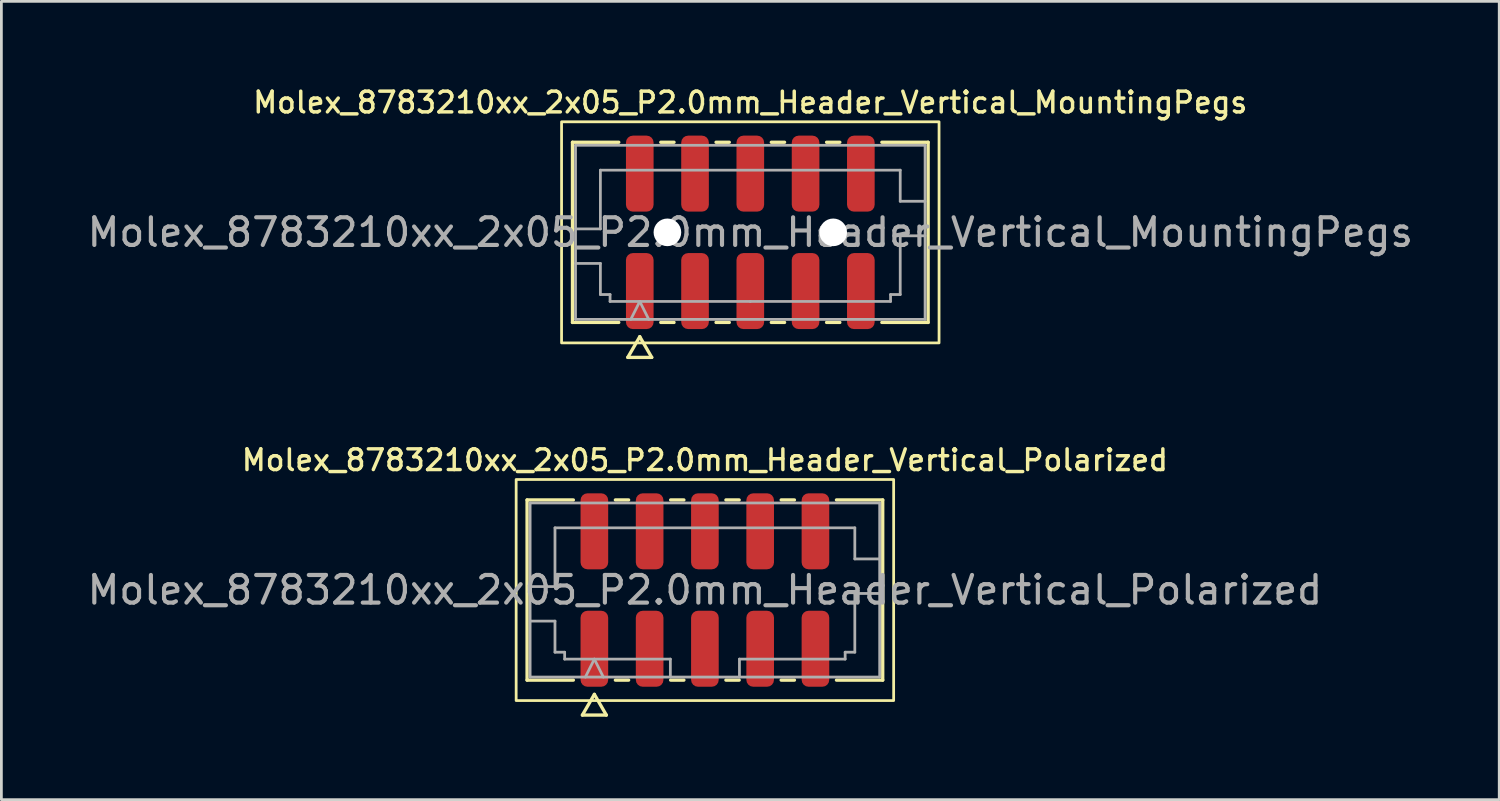
<source format=kicad_pcb>
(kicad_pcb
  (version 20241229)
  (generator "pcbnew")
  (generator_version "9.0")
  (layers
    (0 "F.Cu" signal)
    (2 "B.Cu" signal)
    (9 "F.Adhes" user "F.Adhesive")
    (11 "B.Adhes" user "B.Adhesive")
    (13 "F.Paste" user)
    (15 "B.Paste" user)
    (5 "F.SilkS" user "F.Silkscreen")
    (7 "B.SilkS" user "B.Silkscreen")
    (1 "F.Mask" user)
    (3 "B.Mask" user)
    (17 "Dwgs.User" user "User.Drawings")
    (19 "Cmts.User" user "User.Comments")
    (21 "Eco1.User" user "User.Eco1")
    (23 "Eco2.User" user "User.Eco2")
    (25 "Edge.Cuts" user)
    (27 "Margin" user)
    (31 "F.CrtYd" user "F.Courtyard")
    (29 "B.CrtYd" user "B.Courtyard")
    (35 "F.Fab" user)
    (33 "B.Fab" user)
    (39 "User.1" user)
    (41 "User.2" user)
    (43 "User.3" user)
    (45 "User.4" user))
  (footprint "Molex_8783210xx_2x05_P2.0mm_Header_Vertical_Polarized"
    (layer "F.Cu")
    (at 22.458 18.301)
    (property "Reference" "Molex_8783210xx_2x05_P2.0mm_Header_Vertical_Polarized" (at 0 -4.7 0) (layer "F.SilkS") (effects (font (size 0.75 0.75) (thickness 0.125))))
    (attr smd)
    (fp_line (start -6.435 -3.26) (end -4.76 -3.26) (stroke (width 0.12) (type solid)) (layer "F.SilkS"))
    (fp_line (start -6.435 3.26) (end -6.435 -3.26) (stroke (width 0.12) (type solid)) (layer "F.SilkS"))
    (fp_line (start -4.76 3.26) (end -6.435 3.26) (stroke (width 0.12) (type solid)) (layer "F.SilkS"))
    (fp_line (start -4.433 4.525) (end -4 3.775) (stroke (width 0.12) (type solid)) (layer "F.SilkS"))
    (fp_line (start -4 3.775) (end -3.567 4.525) (stroke (width 0.12) (type solid)) (layer "F.SilkS"))
    (fp_line (start -3.567 4.525) (end -4.433 4.525) (stroke (width 0.12) (type solid)) (layer "F.SilkS"))
    (fp_line (start -3.24 -3.26) (end -2.76 -3.26) (stroke (width 0.12) (type solid)) (layer "F.SilkS"))
    (fp_line (start -2.76 3.26) (end -3.24 3.26) (stroke (width 0.12) (type solid)) (layer "F.SilkS"))
    (fp_line (start -1.24 -3.26) (end -0.76 -3.26) (stroke (width 0.12) (type solid)) (layer "F.SilkS"))
    (fp_line (start -0.76 3.26) (end -1.24 3.26) (stroke (width 0.12) (type solid)) (layer "F.SilkS"))
    (fp_line (start 0.76 -3.26) (end 1.24 -3.26) (stroke (width 0.12) (type solid)) (layer "F.SilkS"))
    (fp_line (start 1.24 3.26) (end 0.76 3.26) (stroke (width 0.12) (type solid)) (layer "F.SilkS"))
    (fp_line (start 2.76 -3.26) (end 3.24 -3.26) (stroke (width 0.12) (type solid)) (layer "F.SilkS"))
    (fp_line (start 3.24 3.26) (end 2.76 3.26) (stroke (width 0.12) (type solid)) (layer "F.SilkS"))
    (fp_line (start 4.76 -3.26) (end 6.435 -3.26) (stroke (width 0.12) (type solid)) (layer "F.SilkS"))
    (fp_line (start 6.435 -3.26) (end 6.435 3.26) (stroke (width 0.12) (type solid)) (layer "F.SilkS"))
    (fp_line (start 6.435 3.26) (end 4.76 3.26) (stroke (width 0.12) (type solid)) (layer "F.SilkS"))
    (fp_rect (start -6.83 -4) (end 6.83 4) (stroke (width 0.1) (type solid)) (fill no) (layer "F.SilkS"))
    (fp_line (start -6.325 -3.15) (end 6.325 -3.15) (stroke (width 0.1) (type solid)) (layer "F.Fab"))
    (fp_line (start -6.325 -0.125) (end -5.425 -0.125) (stroke (width 0.1) (type solid)) (layer "F.Fab"))
    (fp_line (start -6.325 1.125) (end -5.425 1.125) (stroke (width 0.1) (type solid)) (layer "F.Fab"))
    (fp_line (start -6.325 3.15) (end -6.325 -3.15) (stroke (width 0.1) (type solid)) (layer "F.Fab"))
    (fp_line (start -5.425 -2.25) (end 5.425 -2.25) (stroke (width 0.1) (type solid)) (layer "F.Fab"))
    (fp_line (start -5.425 -0.125) (end -5.425 -2.25) (stroke (width 0.1) (type solid)) (layer "F.Fab"))
    (fp_line (start -5.425 1.125) (end -5.425 2.25) (stroke (width 0.1) (type solid)) (layer "F.Fab"))
    (fp_line (start -5.425 2.25) (end -5.075 2.25) (stroke (width 0.1) (type solid)) (layer "F.Fab"))
    (fp_line (start -5.075 2.25) (end -5.075 2.5) (stroke (width 0.1) (type solid)) (layer "F.Fab"))
    (fp_line (start -5.075 2.5) (end -1.25 2.5) (stroke (width 0.1) (type solid)) (layer "F.Fab"))
    (fp_line (start -4.325 3.15) (end -4 2.5) (stroke (width 0.1) (type solid)) (layer "F.Fab"))
    (fp_line (start -4 2.5) (end -3.675 3.15) (stroke (width 0.1) (type solid)) (layer "F.Fab"))
    (fp_line (start -1.25 2.5) (end -1.25 3.15) (stroke (width 0.1) (type solid)) (layer "F.Fab"))
    (fp_line (start 1.25 2.5) (end 1.25 3.15) (stroke (width 0.1) (type solid)) (layer "F.Fab"))
    (fp_line (start 1.25 2.5) (end 5.075 2.5) (stroke (width 0.1) (type solid)) (layer "F.Fab"))
    (fp_line (start 5.075 2.25) (end 5.425 2.25) (stroke (width 0.1) (type solid)) (layer "F.Fab"))
    (fp_line (start 5.075 2.5) (end 5.075 2.25) (stroke (width 0.1) (type solid)) (layer "F.Fab"))
    (fp_line (start 5.425 -2.25) (end 5.425 -1.125) (stroke (width 0.1) (type solid)) (layer "F.Fab"))
    (fp_line (start 5.425 -1.125) (end 6.325 -1.125) (stroke (width 0.1) (type solid)) (layer "F.Fab"))
    (fp_line (start 5.425 0.125) (end 6.325 0.125) (stroke (width 0.1) (type solid)) (layer "F.Fab"))
    (fp_line (start 5.425 2.25) (end 5.425 0.125) (stroke (width 0.1) (type solid)) (layer "F.Fab"))
    (fp_line (start 6.325 -3.15) (end 6.325 3.15) (stroke (width 0.1) (type solid)) (layer "F.Fab"))
    (fp_line (start 6.325 3.15) (end -6.325 3.15) (stroke (width 0.1) (type solid)) (layer "F.Fab"))
    (fp_text user "${REFERENCE}" (at 0 0 0) (layer "F.Fab") (effects (font (size 1 1) (thickness 0.15))))
    (pad "1" smd roundrect (at -4 2.125) (size 1 2.75) (layers "F.Cu" "F.Mask" "F.Paste") (roundrect_rratio 0.25))
    (pad "2" smd roundrect (at -4 -2.125) (size 1 2.75) (layers "F.Cu" "F.Mask" "F.Paste") (roundrect_rratio 0.25))
    (pad "3" smd roundrect (at -2 2.125) (size 1 2.75) (layers "F.Cu" "F.Mask" "F.Paste") (roundrect_rratio 0.25))
    (pad "4" smd roundrect (at -2 -2.125) (size 1 2.75) (layers "F.Cu" "F.Mask" "F.Paste") (roundrect_rratio 0.25))
    (pad "5" smd roundrect (at 0 2.125) (size 1 2.75) (layers "F.Cu" "F.Mask" "F.Paste") (roundrect_rratio 0.25))
    (pad "6" smd roundrect (at 0 -2.125) (size 1 2.75) (layers "F.Cu" "F.Mask" "F.Paste") (roundrect_rratio 0.25))
    (pad "7" smd roundrect (at 2 2.125) (size 1 2.75) (layers "F.Cu" "F.Mask" "F.Paste") (roundrect_rratio 0.25))
    (pad "8" smd roundrect (at 2 -2.125) (size 1 2.75) (layers "F.Cu" "F.Mask" "F.Paste") (roundrect_rratio 0.25))
    (pad "9" smd roundrect (at 4 2.125) (size 1 2.75) (layers "F.Cu" "F.Mask" "F.Paste") (roundrect_rratio 0.25))
    (pad "10" smd roundrect (at 4 -2.125) (size 1 2.75) (layers "F.Cu" "F.Mask" "F.Paste") (roundrect_rratio 0.25)))
  (footprint "Molex_8783210xx_2x05_P2.0mm_Header_Vertical_MountingPegs"
    (layer "F.Cu")
    (at 24.101 5.358)
    (property "Reference" "Molex_8783210xx_2x05_P2.0mm_Header_Vertical_MountingPegs" (at 0 -4.7 0) (layer "F.SilkS") (effects (font (size 0.75 0.75) (thickness 0.125))))
    (attr smd)
    (fp_line (start -6.435 -3.26) (end -4.76 -3.26) (stroke (width 0.12) (type solid)) (layer "F.SilkS"))
    (fp_line (start -6.435 3.26) (end -6.435 -3.26) (stroke (width 0.12) (type solid)) (layer "F.SilkS"))
    (fp_line (start -4.76 3.26) (end -6.435 3.26) (stroke (width 0.12) (type solid)) (layer "F.SilkS"))
    (fp_line (start -4.433 4.525) (end -4 3.775) (stroke (width 0.12) (type solid)) (layer "F.SilkS"))
    (fp_line (start -4 3.775) (end -3.567 4.525) (stroke (width 0.12) (type solid)) (layer "F.SilkS"))
    (fp_line (start -3.567 4.525) (end -4.433 4.525) (stroke (width 0.12) (type solid)) (layer "F.SilkS"))
    (fp_line (start -3.24 -3.26) (end -2.76 -3.26) (stroke (width 0.12) (type solid)) (layer "F.SilkS"))
    (fp_line (start -2.76 3.26) (end -3.24 3.26) (stroke (width 0.12) (type solid)) (layer "F.SilkS"))
    (fp_line (start -1.24 -3.26) (end -0.76 -3.26) (stroke (width 0.12) (type solid)) (layer "F.SilkS"))
    (fp_line (start -0.76 3.26) (end -1.24 3.26) (stroke (width 0.12) (type solid)) (layer "F.SilkS"))
    (fp_line (start 0.76 -3.26) (end 1.24 -3.26) (stroke (width 0.12) (type solid)) (layer "F.SilkS"))
    (fp_line (start 1.24 3.26) (end 0.76 3.26) (stroke (width 0.12) (type solid)) (layer "F.SilkS"))
    (fp_line (start 2.76 -3.26) (end 3.24 -3.26) (stroke (width 0.12) (type solid)) (layer "F.SilkS"))
    (fp_line (start 3.24 3.26) (end 2.76 3.26) (stroke (width 0.12) (type solid)) (layer "F.SilkS"))
    (fp_line (start 4.76 -3.26) (end 6.435 -3.26) (stroke (width 0.12) (type solid)) (layer "F.SilkS"))
    (fp_line (start 6.435 -3.26) (end 6.435 3.26) (stroke (width 0.12) (type solid)) (layer "F.SilkS"))
    (fp_line (start 6.435 3.26) (end 4.76 3.26) (stroke (width 0.12) (type solid)) (layer "F.SilkS"))
    (fp_rect (start -6.83 -4) (end 6.83 4) (stroke (width 0.1) (type solid)) (fill no) (layer "F.SilkS"))
    (fp_line (start -6.325 -3.15) (end 6.325 -3.15) (stroke (width 0.1) (type solid)) (layer "F.Fab"))
    (fp_line (start -6.325 -0.125) (end -5.425 -0.125) (stroke (width 0.1) (type solid)) (layer "F.Fab"))
    (fp_line (start -6.325 1.125) (end -5.425 1.125) (stroke (width 0.1) (type solid)) (layer "F.Fab"))
    (fp_line (start -6.325 3.15) (end -6.325 -3.15) (stroke (width 0.1) (type solid)) (layer "F.Fab"))
    (fp_line (start -5.425 -2.25) (end 5.425 -2.25) (stroke (width 0.1) (type solid)) (layer "F.Fab"))
    (fp_line (start -5.425 -0.125) (end -5.425 -2.25) (stroke (width 0.1) (type solid)) (layer "F.Fab"))
    (fp_line (start -5.425 1.125) (end -5.425 2.25) (stroke (width 0.1) (type solid)) (layer "F.Fab"))
    (fp_line (start -5.425 2.25) (end -5.075 2.25) (stroke (width 0.1) (type solid)) (layer "F.Fab"))
    (fp_line (start -5.075 2.25) (end -5.075 2.5) (stroke (width 0.1) (type solid)) (layer "F.Fab"))
    (fp_line (start -5.075 2.5) (end 0 2.5) (stroke (width 0.1) (type solid)) (layer "F.Fab"))
    (fp_line (start -4.325 3.15) (end -4 2.5) (stroke (width 0.1) (type solid)) (layer "F.Fab"))
    (fp_line (start -4 2.5) (end -3.675 3.15) (stroke (width 0.1) (type solid)) (layer "F.Fab"))
    (fp_line (start 0 2.5) (end 5.075 2.5) (stroke (width 0.1) (type solid)) (layer "F.Fab"))
    (fp_line (start 5.075 2.25) (end 5.425 2.25) (stroke (width 0.1) (type solid)) (layer "F.Fab"))
    (fp_line (start 5.075 2.5) (end 5.075 2.25) (stroke (width 0.1) (type solid)) (layer "F.Fab"))
    (fp_line (start 5.425 -2.25) (end 5.425 -1.125) (stroke (width 0.1) (type solid)) (layer "F.Fab"))
    (fp_line (start 5.425 -1.125) (end 6.325 -1.125) (stroke (width 0.1) (type solid)) (layer "F.Fab"))
    (fp_line (start 5.425 0.125) (end 6.325 0.125) (stroke (width 0.1) (type solid)) (layer "F.Fab"))
    (fp_line (start 5.425 2.25) (end 5.425 0.125) (stroke (width 0.1) (type solid)) (layer "F.Fab"))
    (fp_line (start 6.325 -3.15) (end 6.325 3.15) (stroke (width 0.1) (type solid)) (layer "F.Fab"))
    (fp_line (start 6.325 3.15) (end -6.325 3.15) (stroke (width 0.1) (type solid)) (layer "F.Fab"))
    (fp_text user "${REFERENCE}" (at 0 0 0) (layer "F.Fab") (effects (font (size 1 1) (thickness 0.15))))
    (pad "" np_thru_hole circle (at -3 0) (size 1 1) (drill 1) (layers "*.Cu" "*.Mask"))
    (pad "" np_thru_hole circle (at 3 0) (size 1 1) (drill 1) (layers "*.Cu" "*.Mask"))
    (pad "1" smd roundrect (at -4 2.125) (size 1 2.75) (layers "F.Cu" "F.Mask" "F.Paste") (roundrect_rratio 0.25))
    (pad "2" smd roundrect (at -4 -2.125) (size 1 2.75) (layers "F.Cu" "F.Mask" "F.Paste") (roundrect_rratio 0.25))
    (pad "3" smd roundrect (at -2 2.125) (size 1 2.75) (layers "F.Cu" "F.Mask" "F.Paste") (roundrect_rratio 0.25))
    (pad "4" smd roundrect (at -2 -2.125) (size 1 2.75) (layers "F.Cu" "F.Mask" "F.Paste") (roundrect_rratio 0.25))
    (pad "5" smd roundrect (at 0 2.125) (size 1 2.75) (layers "F.Cu" "F.Mask" "F.Paste") (roundrect_rratio 0.25))
    (pad "6" smd roundrect (at 0 -2.125) (size 1 2.75) (layers "F.Cu" "F.Mask" "F.Paste") (roundrect_rratio 0.25))
    (pad "7" smd roundrect (at 2 2.125) (size 1 2.75) (layers "F.Cu" "F.Mask" "F.Paste") (roundrect_rratio 0.25))
    (pad "8" smd roundrect (at 2 -2.125) (size 1 2.75) (layers "F.Cu" "F.Mask" "F.Paste") (roundrect_rratio 0.25))
    (pad "9" smd roundrect (at 4 2.125) (size 1 2.75) (layers "F.Cu" "F.Mask" "F.Paste") (roundrect_rratio 0.25))
    (pad "10" smd roundrect (at 4 -2.125) (size 1 2.75) (layers "F.Cu" "F.Mask" "F.Paste") (roundrect_rratio 0.25)))
  (gr_rect
    (start -3 -3)
    (end 51.202 25.886)
    (stroke (width 0.1) (type default))
    (fill no)
    (layer "Edge.Cuts")))
</source>
